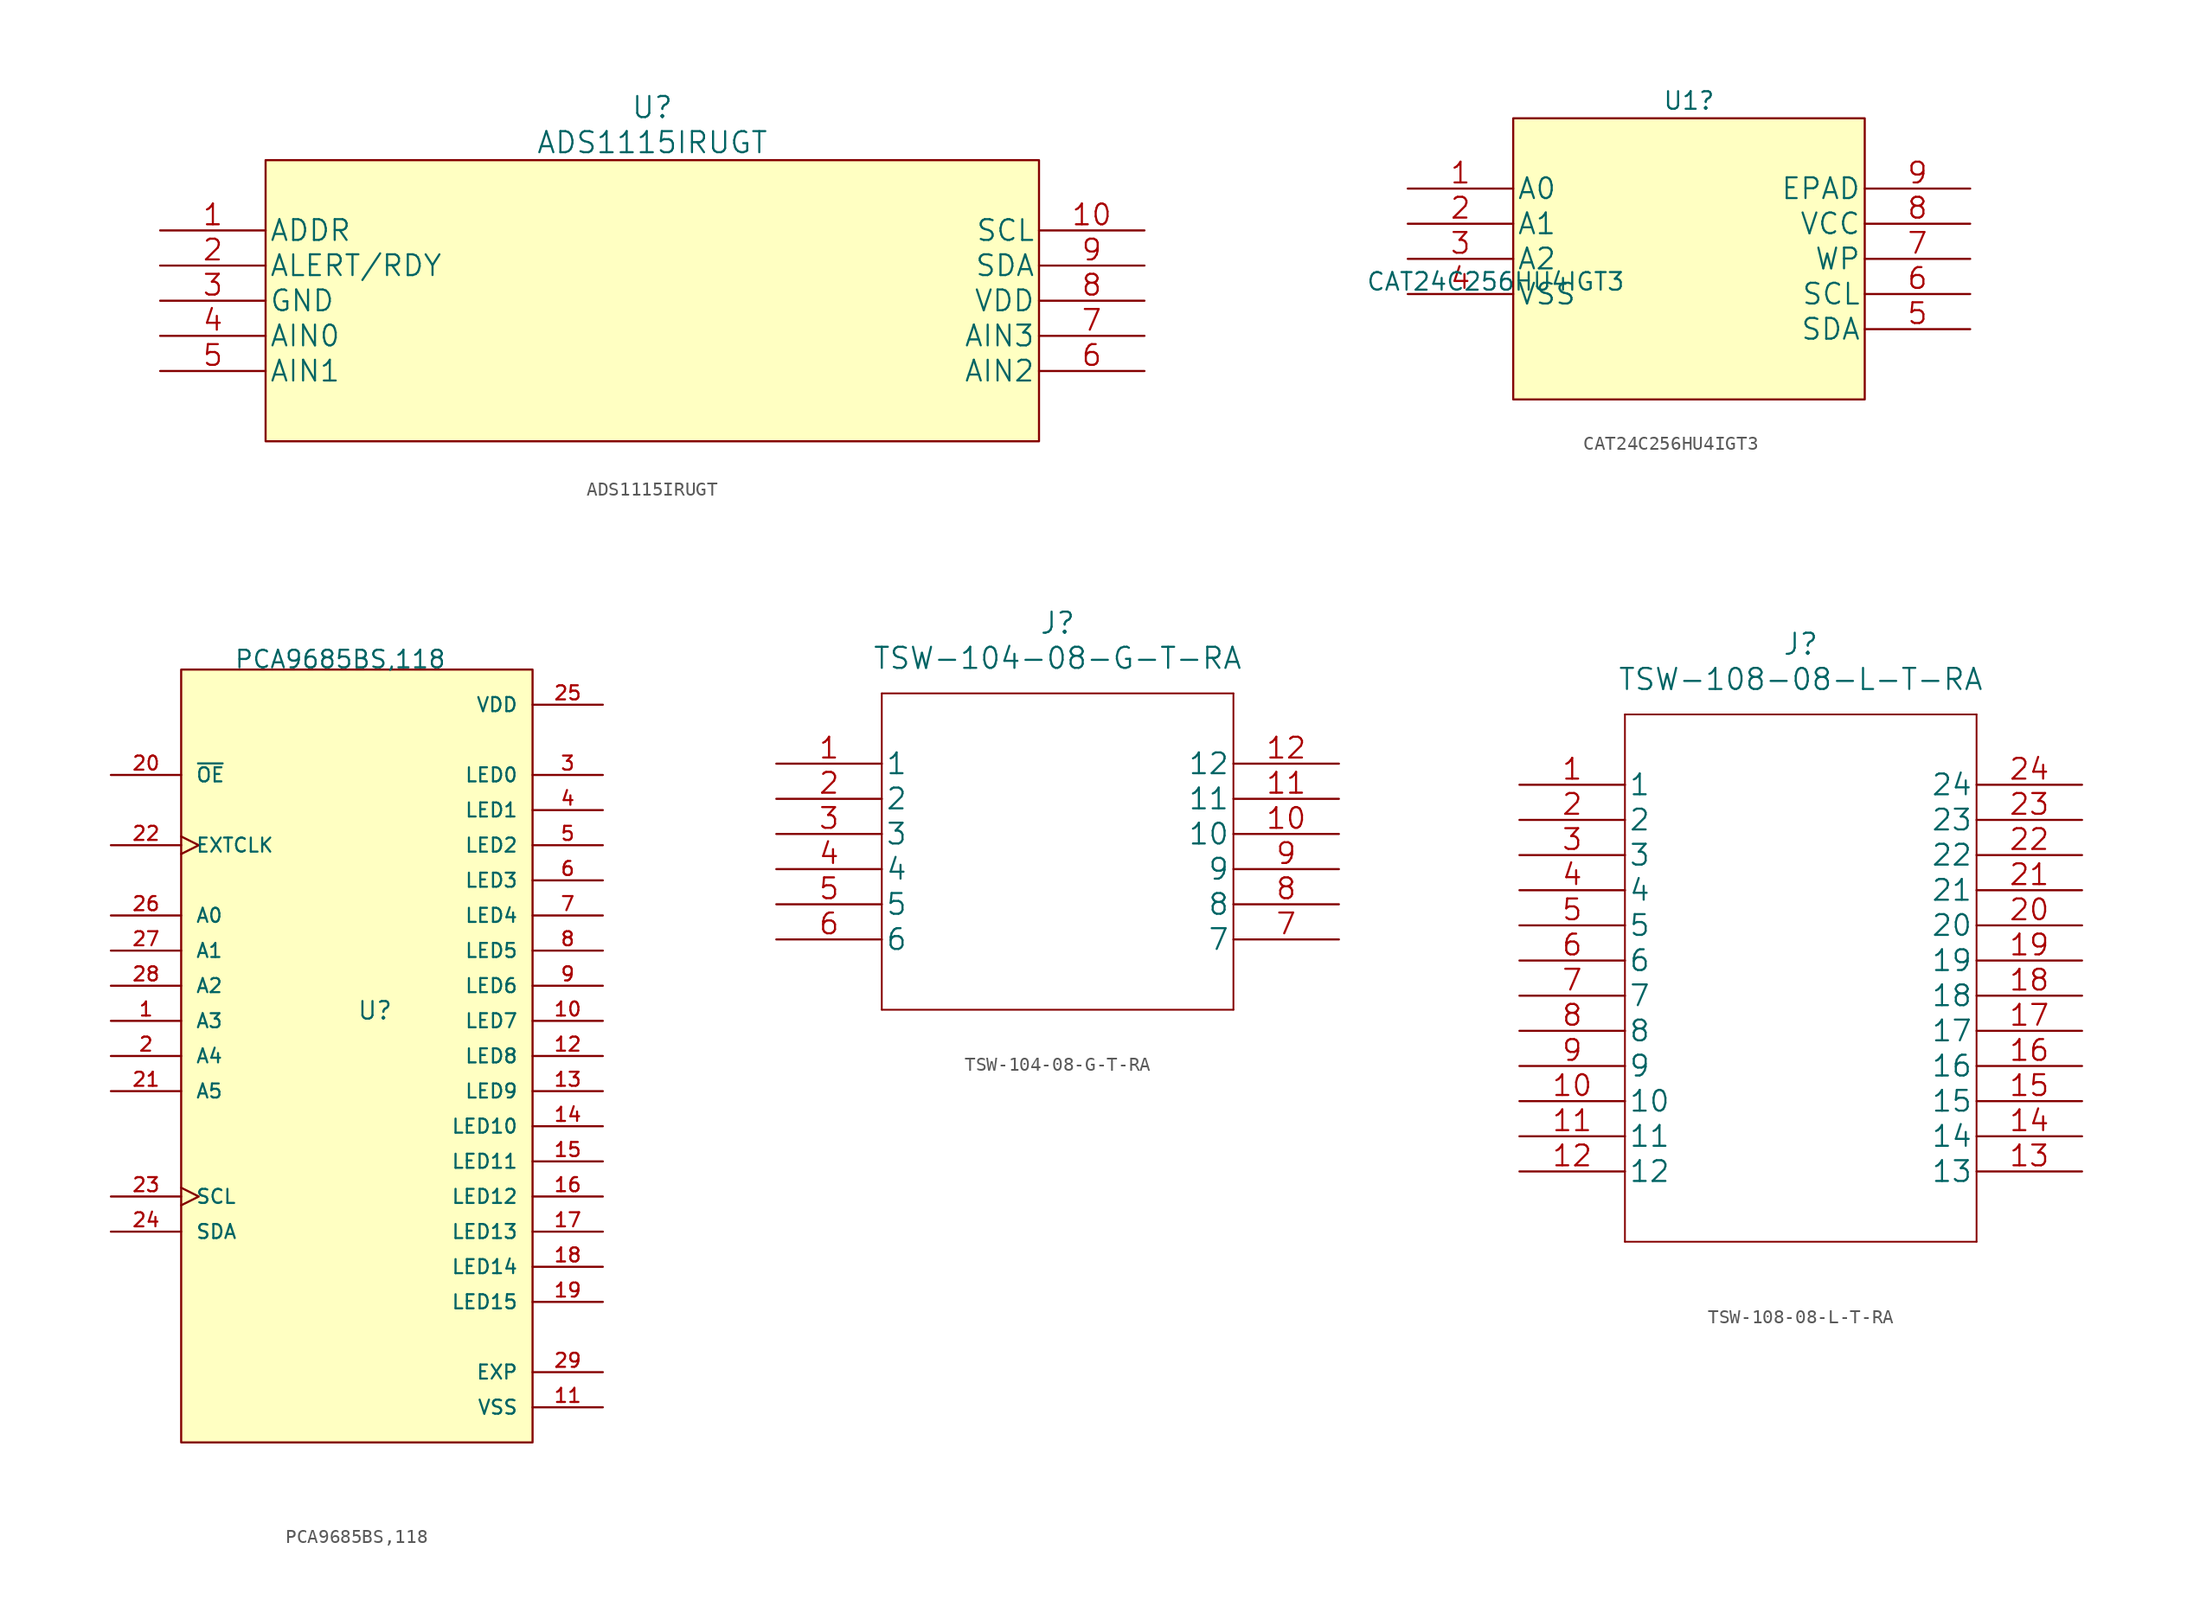
<source format=kicad_sym>
(kicad_symbol_lib
  (version 20211014)
  (generator kicad_symbol_editor)
  (symbol "ADS1115IRUGT"
    (pin_names
      (offset 0.254))
    (property "Reference" "U"
      (at 35.56 8.89 0)
      (effects (font (size 1.524 1.524))))
    (property "Value" "ADS1115IRUGT"
      (at 35.56 6.35 0)
      (effects (font (size 1.524 1.524))))
    (property "Datasheet" ""
      (at 0 0 0)
      (effects (font (size 1.524 1.524))))
    (property "ki_locked" ""
      (at 0 0 0)
      (effects (font (size 1.27 1.27))))
    (symbol "ADS1115IRUGT_1_1"
      (rectangle (start 7.62 5.08) (end 63.5 -15.24) (stroke (width 0) (type default) (color 0 0 0 0)) (fill (type background)))
      (pin input line (at 0 0 0) (length 7.62) (name "ADDR" (effects (font (size 1.499 1.499)))) (number "1" (effects (font (size 1.499 1.499)))))
      (pin input line (at 71.12 0 180) (length 7.62) (name "SCL" (effects (font (size 1.499 1.499)))) (number "10" (effects (font (size 1.499 1.499)))))
      (pin output line (at 0 -2.54 0) (length 7.62) (name "ALERT/RDY" (effects (font (size 1.499 1.499)))) (number "2" (effects (font (size 1.499 1.499)))))
      (pin power_in line (at 0 -5.08 0) (length 7.62) (name "GND" (effects (font (size 1.499 1.499)))) (number "3" (effects (font (size 1.499 1.499)))))
      (pin input line (at 0 -7.62 0) (length 7.62) (name "AIN0" (effects (font (size 1.499 1.499)))) (number "4" (effects (font (size 1.499 1.499)))))
      (pin input line (at 0 -10.16 0) (length 7.62) (name "AIN1" (effects (font (size 1.499 1.499)))) (number "5" (effects (font (size 1.499 1.499)))))
      (pin input line (at 71.12 -10.16 180) (length 7.62) (name "AIN2" (effects (font (size 1.499 1.499)))) (number "6" (effects (font (size 1.499 1.499)))))
      (pin input line (at 71.12 -7.62 180) (length 7.62) (name "AIN3" (effects (font (size 1.499 1.499)))) (number "7" (effects (font (size 1.499 1.499)))))
      (pin power_in line (at 71.12 -5.08 180) (length 7.62) (name "VDD" (effects (font (size 1.499 1.499)))) (number "8" (effects (font (size 1.499 1.499)))))
      (pin bidirectional line (at 71.12 -2.54 180) (length 7.62) (name "SDA" (effects (font (size 1.499 1.499)))) (number "9" (effects (font (size 1.499 1.499)))))))
  (symbol "CAT24C256HU4IGT3"
    (pin_names
      (offset 0.254))
    (property "Reference" "U1"
      (at 20.32 6.35 0)
      (effects (font (size 1.27 1.27))))
    (property "Value" "CAT24C256HU4IGT3"
      (at 6.35 -6.724 0)
      (effects (font (size 1.27 1.27))))
    (property "ki_locked" ""
      (at 0 0 0)
      (effects (font (size 1.27 1.27))))
    (symbol "CAT24C256HU4IGT3_1_1"
      (rectangle (start 7.62 5.08) (end 33.02 -15.24) (stroke (width 0) (type default) (color 0 0 0 0)) (fill (type background)))
      (pin unspecified line (at 0 0 0) (length 7.62) (name "A0" (effects (font (size 1.499 1.499)))) (number "1" (effects (font (size 1.499 1.499)))))
      (pin unspecified line (at 0 -2.54 0) (length 7.62) (name "A1" (effects (font (size 1.499 1.499)))) (number "2" (effects (font (size 1.499 1.499)))))
      (pin unspecified line (at 0 -5.08 0) (length 7.62) (name "A2" (effects (font (size 1.499 1.499)))) (number "3" (effects (font (size 1.499 1.499)))))
      (pin power_in line (at 0 -7.62 0) (length 7.62) (name "VSS" (effects (font (size 1.499 1.499)))) (number "4" (effects (font (size 1.499 1.499)))))
      (pin unspecified line (at 40.64 -10.16 180) (length 7.62) (name "SDA" (effects (font (size 1.499 1.499)))) (number "5" (effects (font (size 1.499 1.499)))))
      (pin unspecified line (at 40.64 -7.62 180) (length 7.62) (name "SCL" (effects (font (size 1.499 1.499)))) (number "6" (effects (font (size 1.499 1.499)))))
      (pin unspecified line (at 40.64 -5.08 180) (length 7.62) (name "WP" (effects (font (size 1.499 1.499)))) (number "7" (effects (font (size 1.499 1.499)))))
      (pin power_in line (at 40.64 -2.54 180) (length 7.62) (name "VCC" (effects (font (size 1.499 1.499)))) (number "8" (effects (font (size 1.499 1.499)))))
      (pin unspecified line (at 40.64 0 180) (length 7.62) (name "EPAD" (effects (font (size 1.499 1.499)))) (number "9" (effects (font (size 1.499 1.499)))))))
  (symbol "PCA9685BS,118"
    (pin_names
      (offset 1.016))
    (property "Reference" "U"
      (at 0 2.54 0)
      (effects (font (size 1.27 1.27)) (justify left bottom)))
    (property "Value" "PCA9685BS,118"
      (at -8.89 27.94 0)
      (effects (font (size 1.27 1.27)) (justify left bottom)))
    (property "ki_locked" ""
      (at 0 0 0)
      (effects (font (size 1.27 1.27))))
    (symbol "PCA9685BS,118_0_0"
      (rectangle (start -12.7 -27.94) (end 12.7 27.94) (stroke (width 0.152) (type default) (color 0 0 0 0)) (fill (type background)))
      (pin input line (at -17.78 2.54 0) (length 5.08) (name "A3" (effects (font (size 1.016 1.016)))) (number "1" (effects (font (size 1.016 1.016)))))
      (pin output line (at 17.78 2.54 180) (length 5.08) (name "LED7" (effects (font (size 1.016 1.016)))) (number "10" (effects (font (size 1.016 1.016)))))
      (pin power_in line (at 17.78 -25.4 180) (length 5.08) (name "VSS" (effects (font (size 1.016 1.016)))) (number "11" (effects (font (size 1.016 1.016)))))
      (pin output line (at 17.78 0 180) (length 5.08) (name "LED8" (effects (font (size 1.016 1.016)))) (number "12" (effects (font (size 1.016 1.016)))))
      (pin output line (at 17.78 -2.54 180) (length 5.08) (name "LED9" (effects (font (size 1.016 1.016)))) (number "13" (effects (font (size 1.016 1.016)))))
      (pin output line (at 17.78 -5.08 180) (length 5.08) (name "LED10" (effects (font (size 1.016 1.016)))) (number "14" (effects (font (size 1.016 1.016)))))
      (pin output line (at 17.78 -7.62 180) (length 5.08) (name "LED11" (effects (font (size 1.016 1.016)))) (number "15" (effects (font (size 1.016 1.016)))))
      (pin output line (at 17.78 -10.16 180) (length 5.08) (name "LED12" (effects (font (size 1.016 1.016)))) (number "16" (effects (font (size 1.016 1.016)))))
      (pin output line (at 17.78 -12.7 180) (length 5.08) (name "LED13" (effects (font (size 1.016 1.016)))) (number "17" (effects (font (size 1.016 1.016)))))
      (pin output line (at 17.78 -15.24 180) (length 5.08) (name "LED14" (effects (font (size 1.016 1.016)))) (number "18" (effects (font (size 1.016 1.016)))))
      (pin output line (at 17.78 -17.78 180) (length 5.08) (name "LED15" (effects (font (size 1.016 1.016)))) (number "19" (effects (font (size 1.016 1.016)))))
      (pin input line (at -17.78 0 0) (length 5.08) (name "A4" (effects (font (size 1.016 1.016)))) (number "2" (effects (font (size 1.016 1.016)))))
      (pin input line (at -17.78 20.32 0) (length 5.08) (name "~{OE}" (effects (font (size 1.016 1.016)))) (number "20" (effects (font (size 1.016 1.016)))))
      (pin input line (at -17.78 -2.54 0) (length 5.08) (name "A5" (effects (font (size 1.016 1.016)))) (number "21" (effects (font (size 1.016 1.016)))))
      (pin input clock (at -17.78 15.24 0) (length 5.08) (name "EXTCLK" (effects (font (size 1.016 1.016)))) (number "22" (effects (font (size 1.016 1.016)))))
      (pin input clock (at -17.78 -10.16 0) (length 5.08) (name "SCL" (effects (font (size 1.016 1.016)))) (number "23" (effects (font (size 1.016 1.016)))))
      (pin bidirectional line (at -17.78 -12.7 0) (length 5.08) (name "SDA" (effects (font (size 1.016 1.016)))) (number "24" (effects (font (size 1.016 1.016)))))
      (pin power_in line (at 17.78 25.4 180) (length 5.08) (name "VDD" (effects (font (size 1.016 1.016)))) (number "25" (effects (font (size 1.016 1.016)))))
      (pin input line (at -17.78 10.16 0) (length 5.08) (name "A0" (effects (font (size 1.016 1.016)))) (number "26" (effects (font (size 1.016 1.016)))))
      (pin input line (at -17.78 7.62 0) (length 5.08) (name "A1" (effects (font (size 1.016 1.016)))) (number "27" (effects (font (size 1.016 1.016)))))
      (pin input line (at -17.78 5.08 0) (length 5.08) (name "A2" (effects (font (size 1.016 1.016)))) (number "28" (effects (font (size 1.016 1.016)))))
      (pin power_in line (at 17.78 -22.86 180) (length 5.08) (name "EXP" (effects (font (size 1.016 1.016)))) (number "29" (effects (font (size 1.016 1.016)))))
      (pin output line (at 17.78 20.32 180) (length 5.08) (name "LED0" (effects (font (size 1.016 1.016)))) (number "3" (effects (font (size 1.016 1.016)))))
      (pin output line (at 17.78 17.78 180) (length 5.08) (name "LED1" (effects (font (size 1.016 1.016)))) (number "4" (effects (font (size 1.016 1.016)))))
      (pin output line (at 17.78 15.24 180) (length 5.08) (name "LED2" (effects (font (size 1.016 1.016)))) (number "5" (effects (font (size 1.016 1.016)))))
      (pin output line (at 17.78 12.7 180) (length 5.08) (name "LED3" (effects (font (size 1.016 1.016)))) (number "6" (effects (font (size 1.016 1.016)))))
      (pin output line (at 17.78 10.16 180) (length 5.08) (name "LED4" (effects (font (size 1.016 1.016)))) (number "7" (effects (font (size 1.016 1.016)))))
      (pin output line (at 17.78 7.62 180) (length 5.08) (name "LED5" (effects (font (size 1.016 1.016)))) (number "8" (effects (font (size 1.016 1.016)))))
      (pin output line (at 17.78 5.08 180) (length 5.08) (name "LED6" (effects (font (size 1.016 1.016)))) (number "9" (effects (font (size 1.016 1.016)))))))
  (symbol "TSW-104-08-G-T-RA"
    (pin_names
      (offset 0.254))
    (property "Reference" "J"
      (at 20.32 10.16 0)
      (effects (font (size 1.524 1.524))))
    (property "Value" "TSW-104-08-G-T-RA"
      (at 20.32 7.62 0)
      (effects (font (size 1.524 1.524))))
    (property "Datasheet" ""
      (at 0 0 0)
      (effects (font (size 1.524 1.524))))
    (property "ki_locked" ""
      (at 0 0 0)
      (effects (font (size 1.27 1.27))))
    (symbol "TSW-104-08-G-T-RA_1_1"
      (polyline (pts (xy 7.62 -17.78) (xy 33.02 -17.78)) (stroke (width 0.127) (type default) (color 0 0 0 0)) (fill (type none)))
      (polyline (pts (xy 7.62 5.08) (xy 7.62 -17.78)) (stroke (width 0.127) (type default) (color 0 0 0 0)) (fill (type none)))
      (polyline (pts (xy 33.02 -17.78) (xy 33.02 5.08)) (stroke (width 0.127) (type default) (color 0 0 0 0)) (fill (type none)))
      (polyline (pts (xy 33.02 5.08) (xy 7.62 5.08)) (stroke (width 0.127) (type default) (color 0 0 0 0)) (fill (type none)))
      (pin unspecified line (at 0 0 0) (length 7.62) (name "1" (effects (font (size 1.499 1.499)))) (number "1" (effects (font (size 1.499 1.499)))))
      (pin unspecified line (at 40.64 -5.08 180) (length 7.62) (name "10" (effects (font (size 1.499 1.499)))) (number "10" (effects (font (size 1.499 1.499)))))
      (pin unspecified line (at 40.64 -2.54 180) (length 7.62) (name "11" (effects (font (size 1.499 1.499)))) (number "11" (effects (font (size 1.499 1.499)))))
      (pin unspecified line (at 40.64 0 180) (length 7.62) (name "12" (effects (font (size 1.499 1.499)))) (number "12" (effects (font (size 1.499 1.499)))))
      (pin unspecified line (at 0 -2.54 0) (length 7.62) (name "2" (effects (font (size 1.499 1.499)))) (number "2" (effects (font (size 1.499 1.499)))))
      (pin unspecified line (at 0 -5.08 0) (length 7.62) (name "3" (effects (font (size 1.499 1.499)))) (number "3" (effects (font (size 1.499 1.499)))))
      (pin unspecified line (at 0 -7.62 0) (length 7.62) (name "4" (effects (font (size 1.499 1.499)))) (number "4" (effects (font (size 1.499 1.499)))))
      (pin unspecified line (at 0 -10.16 0) (length 7.62) (name "5" (effects (font (size 1.499 1.499)))) (number "5" (effects (font (size 1.499 1.499)))))
      (pin unspecified line (at 0 -12.7 0) (length 7.62) (name "6" (effects (font (size 1.499 1.499)))) (number "6" (effects (font (size 1.499 1.499)))))
      (pin unspecified line (at 40.64 -12.7 180) (length 7.62) (name "7" (effects (font (size 1.499 1.499)))) (number "7" (effects (font (size 1.499 1.499)))))
      (pin unspecified line (at 40.64 -10.16 180) (length 7.62) (name "8" (effects (font (size 1.499 1.499)))) (number "8" (effects (font (size 1.499 1.499)))))
      (pin unspecified line (at 40.64 -7.62 180) (length 7.62) (name "9" (effects (font (size 1.499 1.499)))) (number "9" (effects (font (size 1.499 1.499)))))))
  (symbol "TSW-108-08-L-T-RA"
    (pin_names
      (offset 0.254))
    (property "Reference" "J"
      (at 20.32 10.16 0)
      (effects (font (size 1.524 1.524))))
    (property "Value" "TSW-108-08-L-T-RA"
      (at 20.32 7.62 0)
      (effects (font (size 1.524 1.524))))
    (property "Datasheet" ""
      (at 0 0 0)
      (effects (font (size 1.524 1.524))))
    (property "ki_locked" ""
      (at 0 0 0)
      (effects (font (size 1.27 1.27))))
    (symbol "TSW-108-08-L-T-RA_1_1"
      (polyline (pts (xy 7.62 -33.02) (xy 33.02 -33.02)) (stroke (width 0.127) (type default) (color 0 0 0 0)) (fill (type none)))
      (polyline (pts (xy 7.62 5.08) (xy 7.62 -33.02)) (stroke (width 0.127) (type default) (color 0 0 0 0)) (fill (type none)))
      (polyline (pts (xy 33.02 -33.02) (xy 33.02 5.08)) (stroke (width 0.127) (type default) (color 0 0 0 0)) (fill (type none)))
      (polyline (pts (xy 33.02 5.08) (xy 7.62 5.08)) (stroke (width 0.127) (type default) (color 0 0 0 0)) (fill (type none)))
      (pin unspecified line (at 0 0 0) (length 7.62) (name "1" (effects (font (size 1.499 1.499)))) (number "1" (effects (font (size 1.499 1.499)))))
      (pin unspecified line (at 0 -22.86 0) (length 7.62) (name "10" (effects (font (size 1.499 1.499)))) (number "10" (effects (font (size 1.499 1.499)))))
      (pin unspecified line (at 0 -25.4 0) (length 7.62) (name "11" (effects (font (size 1.499 1.499)))) (number "11" (effects (font (size 1.499 1.499)))))
      (pin unspecified line (at 0 -27.94 0) (length 7.62) (name "12" (effects (font (size 1.499 1.499)))) (number "12" (effects (font (size 1.499 1.499)))))
      (pin unspecified line (at 40.64 -27.94 180) (length 7.62) (name "13" (effects (font (size 1.499 1.499)))) (number "13" (effects (font (size 1.499 1.499)))))
      (pin unspecified line (at 40.64 -25.4 180) (length 7.62) (name "14" (effects (font (size 1.499 1.499)))) (number "14" (effects (font (size 1.499 1.499)))))
      (pin unspecified line (at 40.64 -22.86 180) (length 7.62) (name "15" (effects (font (size 1.499 1.499)))) (number "15" (effects (font (size 1.499 1.499)))))
      (pin unspecified line (at 40.64 -20.32 180) (length 7.62) (name "16" (effects (font (size 1.499 1.499)))) (number "16" (effects (font (size 1.499 1.499)))))
      (pin unspecified line (at 40.64 -17.78 180) (length 7.62) (name "17" (effects (font (size 1.499 1.499)))) (number "17" (effects (font (size 1.499 1.499)))))
      (pin unspecified line (at 40.64 -15.24 180) (length 7.62) (name "18" (effects (font (size 1.499 1.499)))) (number "18" (effects (font (size 1.499 1.499)))))
      (pin unspecified line (at 40.64 -12.7 180) (length 7.62) (name "19" (effects (font (size 1.499 1.499)))) (number "19" (effects (font (size 1.499 1.499)))))
      (pin unspecified line (at 0 -2.54 0) (length 7.62) (name "2" (effects (font (size 1.499 1.499)))) (number "2" (effects (font (size 1.499 1.499)))))
      (pin unspecified line (at 40.64 -10.16 180) (length 7.62) (name "20" (effects (font (size 1.499 1.499)))) (number "20" (effects (font (size 1.499 1.499)))))
      (pin unspecified line (at 40.64 -7.62 180) (length 7.62) (name "21" (effects (font (size 1.499 1.499)))) (number "21" (effects (font (size 1.499 1.499)))))
      (pin unspecified line (at 40.64 -5.08 180) (length 7.62) (name "22" (effects (font (size 1.499 1.499)))) (number "22" (effects (font (size 1.499 1.499)))))
      (pin unspecified line (at 40.64 -2.54 180) (length 7.62) (name "23" (effects (font (size 1.499 1.499)))) (number "23" (effects (font (size 1.499 1.499)))))
      (pin unspecified line (at 40.64 0 180) (length 7.62) (name "24" (effects (font (size 1.499 1.499)))) (number "24" (effects (font (size 1.499 1.499)))))
      (pin unspecified line (at 0 -5.08 0) (length 7.62) (name "3" (effects (font (size 1.499 1.499)))) (number "3" (effects (font (size 1.499 1.499)))))
      (pin unspecified line (at 0 -7.62 0) (length 7.62) (name "4" (effects (font (size 1.499 1.499)))) (number "4" (effects (font (size 1.499 1.499)))))
      (pin unspecified line (at 0 -10.16 0) (length 7.62) (name "5" (effects (font (size 1.499 1.499)))) (number "5" (effects (font (size 1.499 1.499)))))
      (pin unspecified line (at 0 -12.7 0) (length 7.62) (name "6" (effects (font (size 1.499 1.499)))) (number "6" (effects (font (size 1.499 1.499)))))
      (pin unspecified line (at 0 -15.24 0) (length 7.62) (name "7" (effects (font (size 1.499 1.499)))) (number "7" (effects (font (size 1.499 1.499)))))
      (pin unspecified line (at 0 -17.78 0) (length 7.62) (name "8" (effects (font (size 1.499 1.499)))) (number "8" (effects (font (size 1.499 1.499)))))
      (pin unspecified line (at 0 -20.32 0) (length 7.62) (name "9" (effects (font (size 1.499 1.499)))) (number "9" (effects (font (size 1.499 1.499))))))))
</source>
